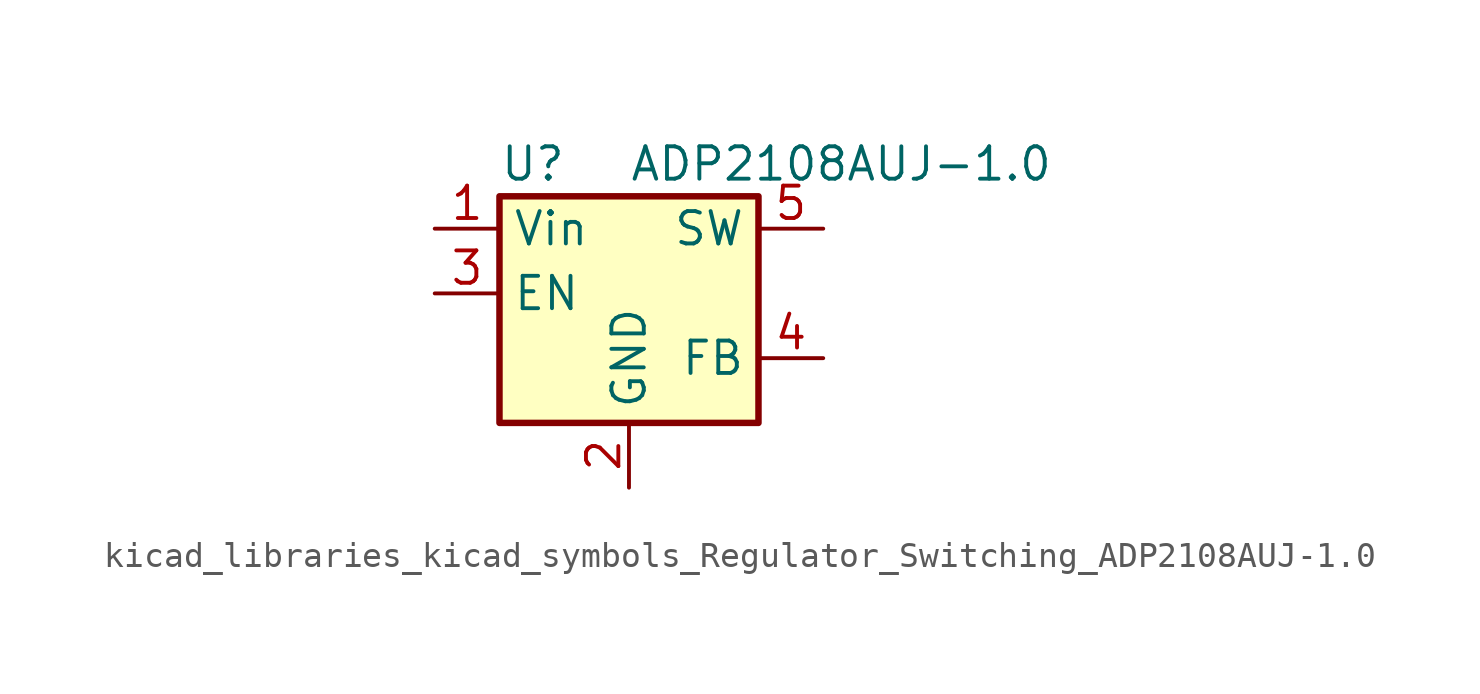
<source format=kicad_sym>
(kicad_symbol_lib
  (version 20220914)
  (generator kicad_symbol_editor)
  (symbol "kicad_libraries_kicad_symbols_Regulator_Switching_ADP2108AUJ-1.0"
    (property "Reference" "U"
      (at -5.08 5.08 0)
      (effects (font (size 1.27 1.27)) (justify left)))
    (property "Value" "ADP2108AUJ-1.0"
      (at 0 5.08 0)
      (effects (font (size 1.27 1.27)) (justify left)))
    (symbol "kicad_libraries_kicad_symbols_Regulator_Switching_ADP2108AUJ-1.0_0_1"
      (rectangle (start -5.08 3.81) (end 5.08 -5.08) (stroke (width 0.254) (type default)) (fill (type background))))
    (symbol "kicad_libraries_kicad_symbols_Regulator_Switching_ADP2108AUJ-1.0_1_1"
      (pin power_in line (at -7.62 2.54 0) (length 2.54) (name "Vin" (effects (font (size 1.27 1.27)))) (number "1" (effects (font (size 1.27 1.27)))))
      (pin power_in line (at 0 -7.62 90) (length 2.54) (name "GND" (effects (font (size 1.27 1.27)))) (number "2" (effects (font (size 1.27 1.27)))))
      (pin input line (at -7.62 0 0) (length 2.54) (name "EN" (effects (font (size 1.27 1.27)))) (number "3" (effects (font (size 1.27 1.27)))))
      (pin input line (at 7.62 -2.54 180) (length 2.54) (name "FB" (effects (font (size 1.27 1.27)))) (number "4" (effects (font (size 1.27 1.27)))))
      (pin input line (at 7.62 2.54 180) (length 2.54) (name "SW" (effects (font (size 1.27 1.27)))) (number "5" (effects (font (size 1.27 1.27))))))))
</source>
